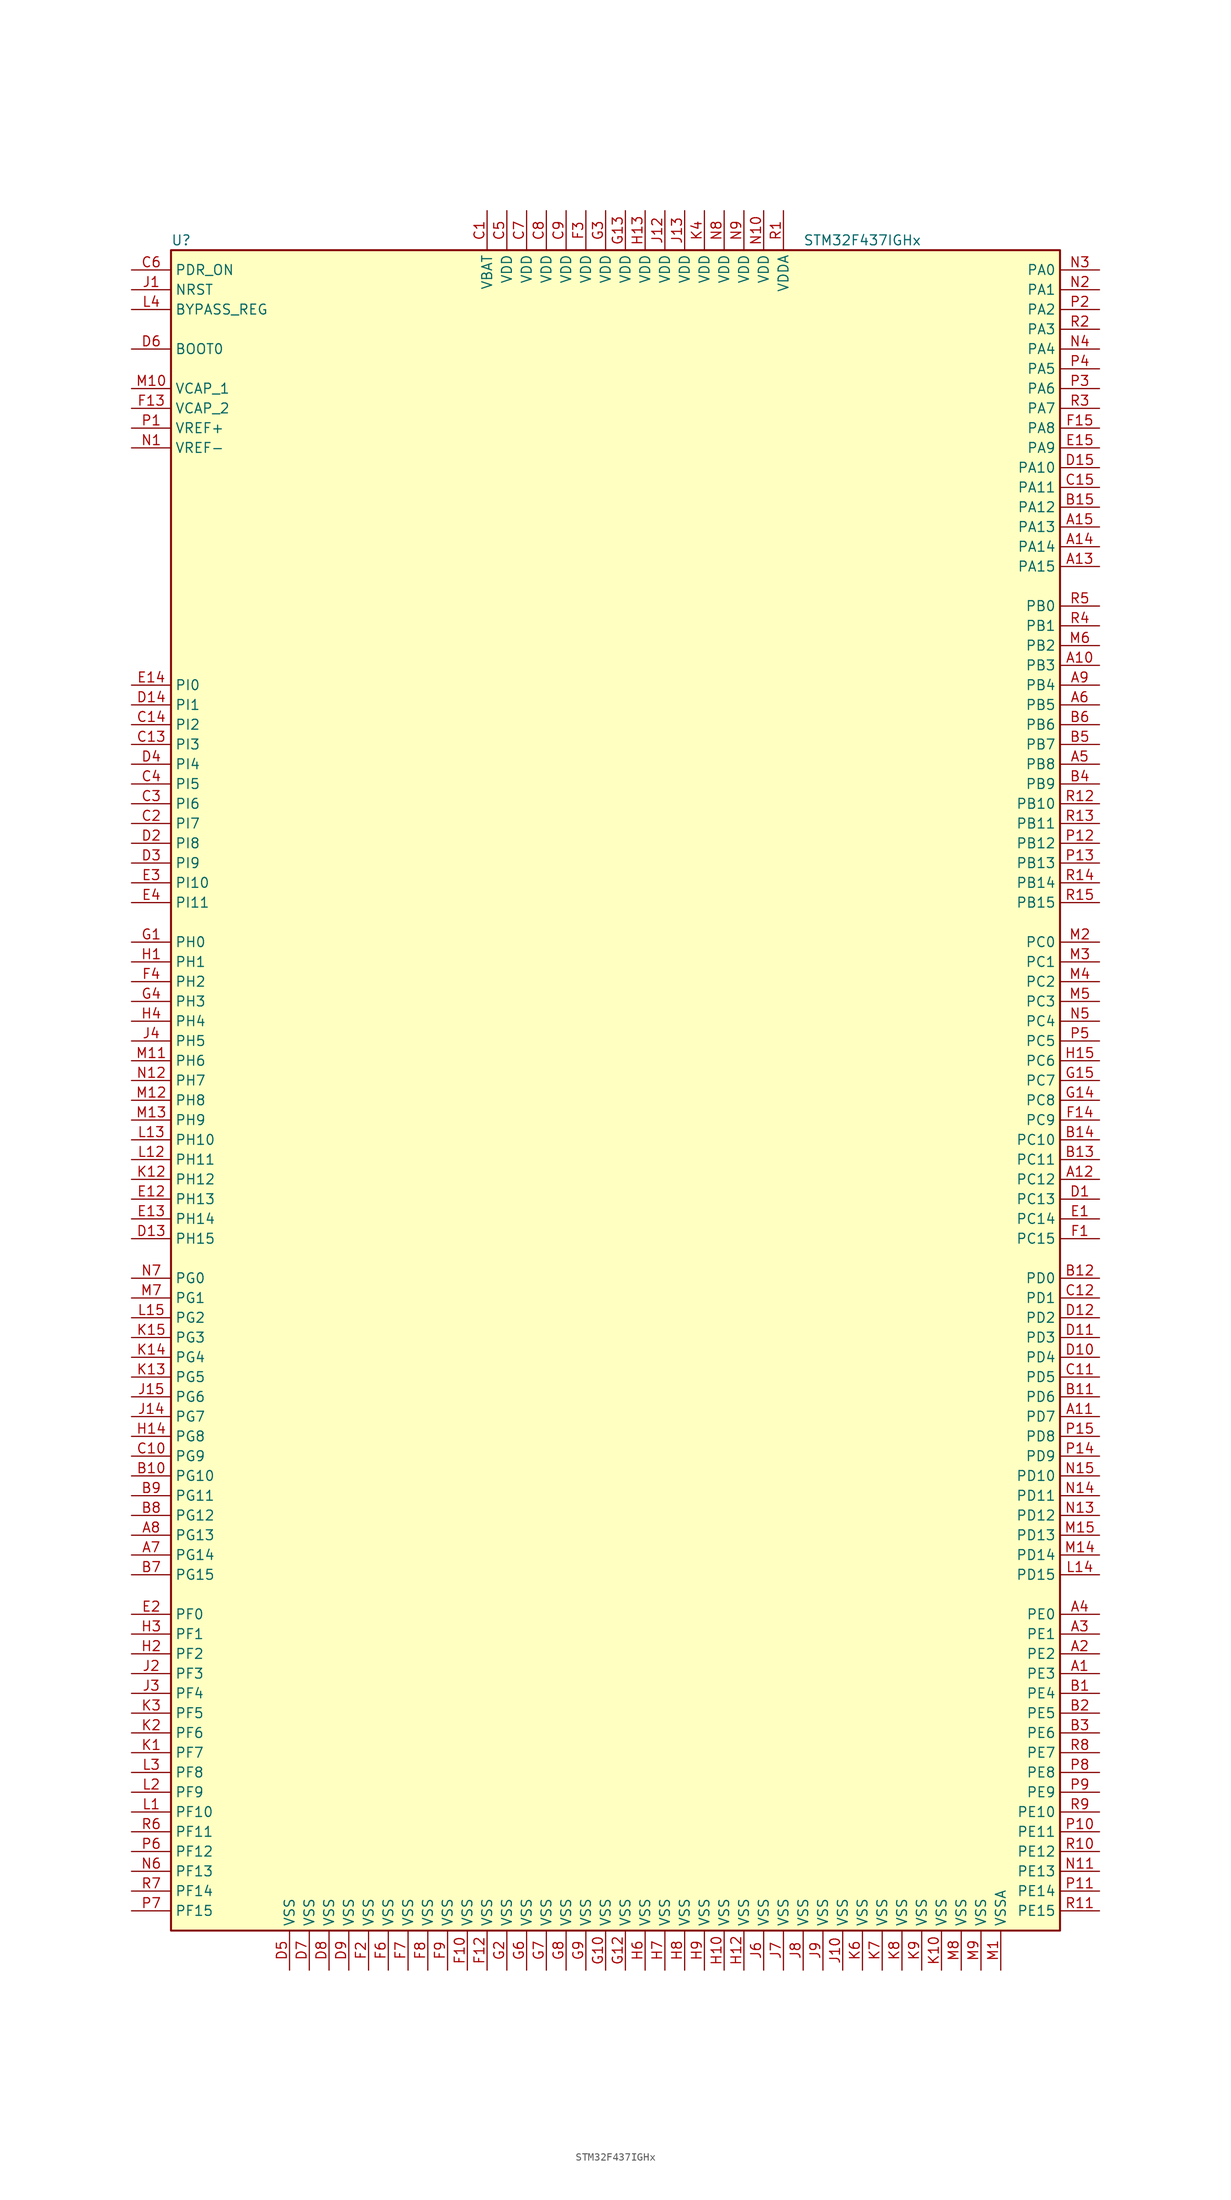
<source format=kicad_sym>
(kicad_symbol_lib
  (version 20201005)
  (generator kicad_symbol_editor)
  (symbol "STM32F437IGHx"
    (property "Reference" "U"
      (at -58.42 107.95 0)
      (effects (font (size 1.27 1.27)) (justify left)))
    (property "Value" "STM32F437IGHx"
      (at 22.86 107.95 0)
      (effects (font (size 1.27 1.27)) (justify left)))
    (symbol "STM32F437IGHx_0_1"
      (rectangle (start -58.42 -109.22) (end 55.88 106.68) (stroke (width 0.254)) (fill (type background))))
    (symbol "STM32F437IGHx_1_1"
      (pin bidirectional line (at 60.96 -76.2 180) (length 5.08) (name "PE3" (effects (font (size 1.27 1.27)))) (number "A1" (effects (font (size 1.27 1.27)))))
      (pin bidirectional line (at 60.96 53.34 180) (length 5.08) (name "PB3" (effects (font (size 1.27 1.27)))) (number "A10" (effects (font (size 1.27 1.27)))))
      (pin bidirectional line (at 60.96 -43.18 180) (length 5.08) (name "PD7" (effects (font (size 1.27 1.27)))) (number "A11" (effects (font (size 1.27 1.27)))))
      (pin bidirectional line (at 60.96 -12.7 180) (length 5.08) (name "PC12" (effects (font (size 1.27 1.27)))) (number "A12" (effects (font (size 1.27 1.27)))))
      (pin bidirectional line (at 60.96 66.04 180) (length 5.08) (name "PA15" (effects (font (size 1.27 1.27)))) (number "A13" (effects (font (size 1.27 1.27)))))
      (pin bidirectional line (at 60.96 68.58 180) (length 5.08) (name "PA14" (effects (font (size 1.27 1.27)))) (number "A14" (effects (font (size 1.27 1.27)))))
      (pin bidirectional line (at 60.96 71.12 180) (length 5.08) (name "PA13" (effects (font (size 1.27 1.27)))) (number "A15" (effects (font (size 1.27 1.27)))))
      (pin bidirectional line (at 60.96 -73.66 180) (length 5.08) (name "PE2" (effects (font (size 1.27 1.27)))) (number "A2" (effects (font (size 1.27 1.27)))))
      (pin bidirectional line (at 60.96 -71.12 180) (length 5.08) (name "PE1" (effects (font (size 1.27 1.27)))) (number "A3" (effects (font (size 1.27 1.27)))))
      (pin bidirectional line (at 60.96 -68.58 180) (length 5.08) (name "PE0" (effects (font (size 1.27 1.27)))) (number "A4" (effects (font (size 1.27 1.27)))))
      (pin bidirectional line (at 60.96 40.64 180) (length 5.08) (name "PB8" (effects (font (size 1.27 1.27)))) (number "A5" (effects (font (size 1.27 1.27)))))
      (pin bidirectional line (at 60.96 48.26 180) (length 5.08) (name "PB5" (effects (font (size 1.27 1.27)))) (number "A6" (effects (font (size 1.27 1.27)))))
      (pin bidirectional line (at -63.5 -60.96 0) (length 5.08) (name "PG14" (effects (font (size 1.27 1.27)))) (number "A7" (effects (font (size 1.27 1.27)))))
      (pin bidirectional line (at -63.5 -58.42 0) (length 5.08) (name "PG13" (effects (font (size 1.27 1.27)))) (number "A8" (effects (font (size 1.27 1.27)))))
      (pin bidirectional line (at 60.96 50.8 180) (length 5.08) (name "PB4" (effects (font (size 1.27 1.27)))) (number "A9" (effects (font (size 1.27 1.27)))))
      (pin bidirectional line (at 60.96 -78.74 180) (length 5.08) (name "PE4" (effects (font (size 1.27 1.27)))) (number "B1" (effects (font (size 1.27 1.27)))))
      (pin bidirectional line (at -63.5 -50.8 0) (length 5.08) (name "PG10" (effects (font (size 1.27 1.27)))) (number "B10" (effects (font (size 1.27 1.27)))))
      (pin bidirectional line (at 60.96 -40.64 180) (length 5.08) (name "PD6" (effects (font (size 1.27 1.27)))) (number "B11" (effects (font (size 1.27 1.27)))))
      (pin bidirectional line (at 60.96 -25.4 180) (length 5.08) (name "PD0" (effects (font (size 1.27 1.27)))) (number "B12" (effects (font (size 1.27 1.27)))))
      (pin bidirectional line (at 60.96 -10.16 180) (length 5.08) (name "PC11" (effects (font (size 1.27 1.27)))) (number "B13" (effects (font (size 1.27 1.27)))))
      (pin bidirectional line (at 60.96 -7.62 180) (length 5.08) (name "PC10" (effects (font (size 1.27 1.27)))) (number "B14" (effects (font (size 1.27 1.27)))))
      (pin bidirectional line (at 60.96 73.66 180) (length 5.08) (name "PA12" (effects (font (size 1.27 1.27)))) (number "B15" (effects (font (size 1.27 1.27)))))
      (pin bidirectional line (at 60.96 -81.28 180) (length 5.08) (name "PE5" (effects (font (size 1.27 1.27)))) (number "B2" (effects (font (size 1.27 1.27)))))
      (pin bidirectional line (at 60.96 -83.82 180) (length 5.08) (name "PE6" (effects (font (size 1.27 1.27)))) (number "B3" (effects (font (size 1.27 1.27)))))
      (pin bidirectional line (at 60.96 38.1 180) (length 5.08) (name "PB9" (effects (font (size 1.27 1.27)))) (number "B4" (effects (font (size 1.27 1.27)))))
      (pin bidirectional line (at 60.96 43.18 180) (length 5.08) (name "PB7" (effects (font (size 1.27 1.27)))) (number "B5" (effects (font (size 1.27 1.27)))))
      (pin bidirectional line (at 60.96 45.72 180) (length 5.08) (name "PB6" (effects (font (size 1.27 1.27)))) (number "B6" (effects (font (size 1.27 1.27)))))
      (pin bidirectional line (at -63.5 -63.5 0) (length 5.08) (name "PG15" (effects (font (size 1.27 1.27)))) (number "B7" (effects (font (size 1.27 1.27)))))
      (pin bidirectional line (at -63.5 -55.88 0) (length 5.08) (name "PG12" (effects (font (size 1.27 1.27)))) (number "B8" (effects (font (size 1.27 1.27)))))
      (pin bidirectional line (at -63.5 -53.34 0) (length 5.08) (name "PG11" (effects (font (size 1.27 1.27)))) (number "B9" (effects (font (size 1.27 1.27)))))
      (pin power_in line (at -17.78 111.76 270) (length 5.08) (name "VBAT" (effects (font (size 1.27 1.27)))) (number "C1" (effects (font (size 1.27 1.27)))))
      (pin bidirectional line (at -63.5 -48.26 0) (length 5.08) (name "PG9" (effects (font (size 1.27 1.27)))) (number "C10" (effects (font (size 1.27 1.27)))))
      (pin bidirectional line (at 60.96 -38.1 180) (length 5.08) (name "PD5" (effects (font (size 1.27 1.27)))) (number "C11" (effects (font (size 1.27 1.27)))))
      (pin bidirectional line (at 60.96 -27.94 180) (length 5.08) (name "PD1" (effects (font (size 1.27 1.27)))) (number "C12" (effects (font (size 1.27 1.27)))))
      (pin bidirectional line (at -63.5 43.18 0) (length 5.08) (name "PI3" (effects (font (size 1.27 1.27)))) (number "C13" (effects (font (size 1.27 1.27)))))
      (pin bidirectional line (at -63.5 45.72 0) (length 5.08) (name "PI2" (effects (font (size 1.27 1.27)))) (number "C14" (effects (font (size 1.27 1.27)))))
      (pin bidirectional line (at 60.96 76.2 180) (length 5.08) (name "PA11" (effects (font (size 1.27 1.27)))) (number "C15" (effects (font (size 1.27 1.27)))))
      (pin bidirectional line (at -63.5 33.02 0) (length 5.08) (name "PI7" (effects (font (size 1.27 1.27)))) (number "C2" (effects (font (size 1.27 1.27)))))
      (pin bidirectional line (at -63.5 35.56 0) (length 5.08) (name "PI6" (effects (font (size 1.27 1.27)))) (number "C3" (effects (font (size 1.27 1.27)))))
      (pin bidirectional line (at -63.5 38.1 0) (length 5.08) (name "PI5" (effects (font (size 1.27 1.27)))) (number "C4" (effects (font (size 1.27 1.27)))))
      (pin power_in line (at -15.24 111.76 270) (length 5.08) (name "VDD" (effects (font (size 1.27 1.27)))) (number "C5" (effects (font (size 1.27 1.27)))))
      (pin input line (at -63.5 104.14 0) (length 5.08) (name "PDR_ON" (effects (font (size 1.27 1.27)))) (number "C6" (effects (font (size 1.27 1.27)))))
      (pin power_in line (at -12.7 111.76 270) (length 5.08) (name "VDD" (effects (font (size 1.27 1.27)))) (number "C7" (effects (font (size 1.27 1.27)))))
      (pin power_in line (at -10.16 111.76 270) (length 5.08) (name "VDD" (effects (font (size 1.27 1.27)))) (number "C8" (effects (font (size 1.27 1.27)))))
      (pin power_in line (at -7.62 111.76 270) (length 5.08) (name "VDD" (effects (font (size 1.27 1.27)))) (number "C9" (effects (font (size 1.27 1.27)))))
      (pin bidirectional line (at 60.96 -15.24 180) (length 5.08) (name "PC13" (effects (font (size 1.27 1.27)))) (number "D1" (effects (font (size 1.27 1.27)))))
      (pin bidirectional line (at 60.96 -35.56 180) (length 5.08) (name "PD4" (effects (font (size 1.27 1.27)))) (number "D10" (effects (font (size 1.27 1.27)))))
      (pin bidirectional line (at 60.96 -33.02 180) (length 5.08) (name "PD3" (effects (font (size 1.27 1.27)))) (number "D11" (effects (font (size 1.27 1.27)))))
      (pin bidirectional line (at 60.96 -30.48 180) (length 5.08) (name "PD2" (effects (font (size 1.27 1.27)))) (number "D12" (effects (font (size 1.27 1.27)))))
      (pin bidirectional line (at -63.5 -20.32 0) (length 5.08) (name "PH15" (effects (font (size 1.27 1.27)))) (number "D13" (effects (font (size 1.27 1.27)))))
      (pin bidirectional line (at -63.5 48.26 0) (length 5.08) (name "PI1" (effects (font (size 1.27 1.27)))) (number "D14" (effects (font (size 1.27 1.27)))))
      (pin bidirectional line (at 60.96 78.74 180) (length 5.08) (name "PA10" (effects (font (size 1.27 1.27)))) (number "D15" (effects (font (size 1.27 1.27)))))
      (pin bidirectional line (at -63.5 30.48 0) (length 5.08) (name "PI8" (effects (font (size 1.27 1.27)))) (number "D2" (effects (font (size 1.27 1.27)))))
      (pin bidirectional line (at -63.5 27.94 0) (length 5.08) (name "PI9" (effects (font (size 1.27 1.27)))) (number "D3" (effects (font (size 1.27 1.27)))))
      (pin bidirectional line (at -63.5 40.64 0) (length 5.08) (name "PI4" (effects (font (size 1.27 1.27)))) (number "D4" (effects (font (size 1.27 1.27)))))
      (pin power_in line (at -43.18 -114.3 90) (length 5.08) (name "VSS" (effects (font (size 1.27 1.27)))) (number "D5" (effects (font (size 1.27 1.27)))))
      (pin input line (at -63.5 93.98 0) (length 5.08) (name "BOOT0" (effects (font (size 1.27 1.27)))) (number "D6" (effects (font (size 1.27 1.27)))))
      (pin power_in line (at -40.64 -114.3 90) (length 5.08) (name "VSS" (effects (font (size 1.27 1.27)))) (number "D7" (effects (font (size 1.27 1.27)))))
      (pin power_in line (at -38.1 -114.3 90) (length 5.08) (name "VSS" (effects (font (size 1.27 1.27)))) (number "D8" (effects (font (size 1.27 1.27)))))
      (pin power_in line (at -35.56 -114.3 90) (length 5.08) (name "VSS" (effects (font (size 1.27 1.27)))) (number "D9" (effects (font (size 1.27 1.27)))))
      (pin bidirectional line (at 60.96 -17.78 180) (length 5.08) (name "PC14" (effects (font (size 1.27 1.27)))) (number "E1" (effects (font (size 1.27 1.27)))))
      (pin bidirectional line (at -63.5 -15.24 0) (length 5.08) (name "PH13" (effects (font (size 1.27 1.27)))) (number "E12" (effects (font (size 1.27 1.27)))))
      (pin bidirectional line (at -63.5 -17.78 0) (length 5.08) (name "PH14" (effects (font (size 1.27 1.27)))) (number "E13" (effects (font (size 1.27 1.27)))))
      (pin bidirectional line (at -63.5 50.8 0) (length 5.08) (name "PI0" (effects (font (size 1.27 1.27)))) (number "E14" (effects (font (size 1.27 1.27)))))
      (pin bidirectional line (at 60.96 81.28 180) (length 5.08) (name "PA9" (effects (font (size 1.27 1.27)))) (number "E15" (effects (font (size 1.27 1.27)))))
      (pin bidirectional line (at -63.5 -68.58 0) (length 5.08) (name "PF0" (effects (font (size 1.27 1.27)))) (number "E2" (effects (font (size 1.27 1.27)))))
      (pin bidirectional line (at -63.5 25.4 0) (length 5.08) (name "PI10" (effects (font (size 1.27 1.27)))) (number "E3" (effects (font (size 1.27 1.27)))))
      (pin bidirectional line (at -63.5 22.86 0) (length 5.08) (name "PI11" (effects (font (size 1.27 1.27)))) (number "E4" (effects (font (size 1.27 1.27)))))
      (pin bidirectional line (at 60.96 -20.32 180) (length 5.08) (name "PC15" (effects (font (size 1.27 1.27)))) (number "F1" (effects (font (size 1.27 1.27)))))
      (pin power_in line (at -20.32 -114.3 90) (length 5.08) (name "VSS" (effects (font (size 1.27 1.27)))) (number "F10" (effects (font (size 1.27 1.27)))))
      (pin power_in line (at -17.78 -114.3 90) (length 5.08) (name "VSS" (effects (font (size 1.27 1.27)))) (number "F12" (effects (font (size 1.27 1.27)))))
      (pin power_in line (at -63.5 86.36 0) (length 5.08) (name "VCAP_2" (effects (font (size 1.27 1.27)))) (number "F13" (effects (font (size 1.27 1.27)))))
      (pin bidirectional line (at 60.96 -5.08 180) (length 5.08) (name "PC9" (effects (font (size 1.27 1.27)))) (number "F14" (effects (font (size 1.27 1.27)))))
      (pin bidirectional line (at 60.96 83.82 180) (length 5.08) (name "PA8" (effects (font (size 1.27 1.27)))) (number "F15" (effects (font (size 1.27 1.27)))))
      (pin power_in line (at -33.02 -114.3 90) (length 5.08) (name "VSS" (effects (font (size 1.27 1.27)))) (number "F2" (effects (font (size 1.27 1.27)))))
      (pin power_in line (at -5.08 111.76 270) (length 5.08) (name "VDD" (effects (font (size 1.27 1.27)))) (number "F3" (effects (font (size 1.27 1.27)))))
      (pin bidirectional line (at -63.5 12.7 0) (length 5.08) (name "PH2" (effects (font (size 1.27 1.27)))) (number "F4" (effects (font (size 1.27 1.27)))))
      (pin power_in line (at -30.48 -114.3 90) (length 5.08) (name "VSS" (effects (font (size 1.27 1.27)))) (number "F6" (effects (font (size 1.27 1.27)))))
      (pin power_in line (at -27.94 -114.3 90) (length 5.08) (name "VSS" (effects (font (size 1.27 1.27)))) (number "F7" (effects (font (size 1.27 1.27)))))
      (pin power_in line (at -25.4 -114.3 90) (length 5.08) (name "VSS" (effects (font (size 1.27 1.27)))) (number "F8" (effects (font (size 1.27 1.27)))))
      (pin power_in line (at -22.86 -114.3 90) (length 5.08) (name "VSS" (effects (font (size 1.27 1.27)))) (number "F9" (effects (font (size 1.27 1.27)))))
      (pin input line (at -63.5 17.78 0) (length 5.08) (name "PH0" (effects (font (size 1.27 1.27)))) (number "G1" (effects (font (size 1.27 1.27)))))
      (pin power_in line (at -2.54 -114.3 90) (length 5.08) (name "VSS" (effects (font (size 1.27 1.27)))) (number "G10" (effects (font (size 1.27 1.27)))))
      (pin power_in line (at 0 -114.3 90) (length 5.08) (name "VSS" (effects (font (size 1.27 1.27)))) (number "G12" (effects (font (size 1.27 1.27)))))
      (pin power_in line (at 0 111.76 270) (length 5.08) (name "VDD" (effects (font (size 1.27 1.27)))) (number "G13" (effects (font (size 1.27 1.27)))))
      (pin bidirectional line (at 60.96 -2.54 180) (length 5.08) (name "PC8" (effects (font (size 1.27 1.27)))) (number "G14" (effects (font (size 1.27 1.27)))))
      (pin bidirectional line (at 60.96 0 180) (length 5.08) (name "PC7" (effects (font (size 1.27 1.27)))) (number "G15" (effects (font (size 1.27 1.27)))))
      (pin power_in line (at -15.24 -114.3 90) (length 5.08) (name "VSS" (effects (font (size 1.27 1.27)))) (number "G2" (effects (font (size 1.27 1.27)))))
      (pin power_in line (at -2.54 111.76 270) (length 5.08) (name "VDD" (effects (font (size 1.27 1.27)))) (number "G3" (effects (font (size 1.27 1.27)))))
      (pin bidirectional line (at -63.5 10.16 0) (length 5.08) (name "PH3" (effects (font (size 1.27 1.27)))) (number "G4" (effects (font (size 1.27 1.27)))))
      (pin power_in line (at -12.7 -114.3 90) (length 5.08) (name "VSS" (effects (font (size 1.27 1.27)))) (number "G6" (effects (font (size 1.27 1.27)))))
      (pin power_in line (at -10.16 -114.3 90) (length 5.08) (name "VSS" (effects (font (size 1.27 1.27)))) (number "G7" (effects (font (size 1.27 1.27)))))
      (pin power_in line (at -7.62 -114.3 90) (length 5.08) (name "VSS" (effects (font (size 1.27 1.27)))) (number "G8" (effects (font (size 1.27 1.27)))))
      (pin power_in line (at -5.08 -114.3 90) (length 5.08) (name "VSS" (effects (font (size 1.27 1.27)))) (number "G9" (effects (font (size 1.27 1.27)))))
      (pin input line (at -63.5 15.24 0) (length 5.08) (name "PH1" (effects (font (size 1.27 1.27)))) (number "H1" (effects (font (size 1.27 1.27)))))
      (pin power_in line (at 12.7 -114.3 90) (length 5.08) (name "VSS" (effects (font (size 1.27 1.27)))) (number "H10" (effects (font (size 1.27 1.27)))))
      (pin power_in line (at 15.24 -114.3 90) (length 5.08) (name "VSS" (effects (font (size 1.27 1.27)))) (number "H12" (effects (font (size 1.27 1.27)))))
      (pin power_in line (at 2.54 111.76 270) (length 5.08) (name "VDD" (effects (font (size 1.27 1.27)))) (number "H13" (effects (font (size 1.27 1.27)))))
      (pin bidirectional line (at -63.5 -45.72 0) (length 5.08) (name "PG8" (effects (font (size 1.27 1.27)))) (number "H14" (effects (font (size 1.27 1.27)))))
      (pin bidirectional line (at 60.96 2.54 180) (length 5.08) (name "PC6" (effects (font (size 1.27 1.27)))) (number "H15" (effects (font (size 1.27 1.27)))))
      (pin bidirectional line (at -63.5 -73.66 0) (length 5.08) (name "PF2" (effects (font (size 1.27 1.27)))) (number "H2" (effects (font (size 1.27 1.27)))))
      (pin bidirectional line (at -63.5 -71.12 0) (length 5.08) (name "PF1" (effects (font (size 1.27 1.27)))) (number "H3" (effects (font (size 1.27 1.27)))))
      (pin bidirectional line (at -63.5 7.62 0) (length 5.08) (name "PH4" (effects (font (size 1.27 1.27)))) (number "H4" (effects (font (size 1.27 1.27)))))
      (pin power_in line (at 2.54 -114.3 90) (length 5.08) (name "VSS" (effects (font (size 1.27 1.27)))) (number "H6" (effects (font (size 1.27 1.27)))))
      (pin power_in line (at 5.08 -114.3 90) (length 5.08) (name "VSS" (effects (font (size 1.27 1.27)))) (number "H7" (effects (font (size 1.27 1.27)))))
      (pin power_in line (at 7.62 -114.3 90) (length 5.08) (name "VSS" (effects (font (size 1.27 1.27)))) (number "H8" (effects (font (size 1.27 1.27)))))
      (pin power_in line (at 10.16 -114.3 90) (length 5.08) (name "VSS" (effects (font (size 1.27 1.27)))) (number "H9" (effects (font (size 1.27 1.27)))))
      (pin input line (at -63.5 101.6 0) (length 5.08) (name "NRST" (effects (font (size 1.27 1.27)))) (number "J1" (effects (font (size 1.27 1.27)))))
      (pin power_in line (at 27.94 -114.3 90) (length 5.08) (name "VSS" (effects (font (size 1.27 1.27)))) (number "J10" (effects (font (size 1.27 1.27)))))
      (pin power_in line (at 5.08 111.76 270) (length 5.08) (name "VDD" (effects (font (size 1.27 1.27)))) (number "J12" (effects (font (size 1.27 1.27)))))
      (pin power_in line (at 7.62 111.76 270) (length 5.08) (name "VDD" (effects (font (size 1.27 1.27)))) (number "J13" (effects (font (size 1.27 1.27)))))
      (pin bidirectional line (at -63.5 -43.18 0) (length 5.08) (name "PG7" (effects (font (size 1.27 1.27)))) (number "J14" (effects (font (size 1.27 1.27)))))
      (pin bidirectional line (at -63.5 -40.64 0) (length 5.08) (name "PG6" (effects (font (size 1.27 1.27)))) (number "J15" (effects (font (size 1.27 1.27)))))
      (pin bidirectional line (at -63.5 -76.2 0) (length 5.08) (name "PF3" (effects (font (size 1.27 1.27)))) (number "J2" (effects (font (size 1.27 1.27)))))
      (pin bidirectional line (at -63.5 -78.74 0) (length 5.08) (name "PF4" (effects (font (size 1.27 1.27)))) (number "J3" (effects (font (size 1.27 1.27)))))
      (pin bidirectional line (at -63.5 5.08 0) (length 5.08) (name "PH5" (effects (font (size 1.27 1.27)))) (number "J4" (effects (font (size 1.27 1.27)))))
      (pin power_in line (at 17.78 -114.3 90) (length 5.08) (name "VSS" (effects (font (size 1.27 1.27)))) (number "J6" (effects (font (size 1.27 1.27)))))
      (pin power_in line (at 20.32 -114.3 90) (length 5.08) (name "VSS" (effects (font (size 1.27 1.27)))) (number "J7" (effects (font (size 1.27 1.27)))))
      (pin power_in line (at 22.86 -114.3 90) (length 5.08) (name "VSS" (effects (font (size 1.27 1.27)))) (number "J8" (effects (font (size 1.27 1.27)))))
      (pin power_in line (at 25.4 -114.3 90) (length 5.08) (name "VSS" (effects (font (size 1.27 1.27)))) (number "J9" (effects (font (size 1.27 1.27)))))
      (pin bidirectional line (at -63.5 -86.36 0) (length 5.08) (name "PF7" (effects (font (size 1.27 1.27)))) (number "K1" (effects (font (size 1.27 1.27)))))
      (pin power_in line (at 40.64 -114.3 90) (length 5.08) (name "VSS" (effects (font (size 1.27 1.27)))) (number "K10" (effects (font (size 1.27 1.27)))))
      (pin bidirectional line (at -63.5 -12.7 0) (length 5.08) (name "PH12" (effects (font (size 1.27 1.27)))) (number "K12" (effects (font (size 1.27 1.27)))))
      (pin bidirectional line (at -63.5 -38.1 0) (length 5.08) (name "PG5" (effects (font (size 1.27 1.27)))) (number "K13" (effects (font (size 1.27 1.27)))))
      (pin bidirectional line (at -63.5 -35.56 0) (length 5.08) (name "PG4" (effects (font (size 1.27 1.27)))) (number "K14" (effects (font (size 1.27 1.27)))))
      (pin bidirectional line (at -63.5 -33.02 0) (length 5.08) (name "PG3" (effects (font (size 1.27 1.27)))) (number "K15" (effects (font (size 1.27 1.27)))))
      (pin bidirectional line (at -63.5 -83.82 0) (length 5.08) (name "PF6" (effects (font (size 1.27 1.27)))) (number "K2" (effects (font (size 1.27 1.27)))))
      (pin bidirectional line (at -63.5 -81.28 0) (length 5.08) (name "PF5" (effects (font (size 1.27 1.27)))) (number "K3" (effects (font (size 1.27 1.27)))))
      (pin power_in line (at 10.16 111.76 270) (length 5.08) (name "VDD" (effects (font (size 1.27 1.27)))) (number "K4" (effects (font (size 1.27 1.27)))))
      (pin power_in line (at 30.48 -114.3 90) (length 5.08) (name "VSS" (effects (font (size 1.27 1.27)))) (number "K6" (effects (font (size 1.27 1.27)))))
      (pin power_in line (at 33.02 -114.3 90) (length 5.08) (name "VSS" (effects (font (size 1.27 1.27)))) (number "K7" (effects (font (size 1.27 1.27)))))
      (pin power_in line (at 35.56 -114.3 90) (length 5.08) (name "VSS" (effects (font (size 1.27 1.27)))) (number "K8" (effects (font (size 1.27 1.27)))))
      (pin power_in line (at 38.1 -114.3 90) (length 5.08) (name "VSS" (effects (font (size 1.27 1.27)))) (number "K9" (effects (font (size 1.27 1.27)))))
      (pin bidirectional line (at -63.5 -93.98 0) (length 5.08) (name "PF10" (effects (font (size 1.27 1.27)))) (number "L1" (effects (font (size 1.27 1.27)))))
      (pin bidirectional line (at -63.5 -10.16 0) (length 5.08) (name "PH11" (effects (font (size 1.27 1.27)))) (number "L12" (effects (font (size 1.27 1.27)))))
      (pin bidirectional line (at -63.5 -7.62 0) (length 5.08) (name "PH10" (effects (font (size 1.27 1.27)))) (number "L13" (effects (font (size 1.27 1.27)))))
      (pin bidirectional line (at 60.96 -63.5 180) (length 5.08) (name "PD15" (effects (font (size 1.27 1.27)))) (number "L14" (effects (font (size 1.27 1.27)))))
      (pin bidirectional line (at -63.5 -30.48 0) (length 5.08) (name "PG2" (effects (font (size 1.27 1.27)))) (number "L15" (effects (font (size 1.27 1.27)))))
      (pin bidirectional line (at -63.5 -91.44 0) (length 5.08) (name "PF9" (effects (font (size 1.27 1.27)))) (number "L2" (effects (font (size 1.27 1.27)))))
      (pin bidirectional line (at -63.5 -88.9 0) (length 5.08) (name "PF8" (effects (font (size 1.27 1.27)))) (number "L3" (effects (font (size 1.27 1.27)))))
      (pin input line (at -63.5 99.06 0) (length 5.08) (name "BYPASS_REG" (effects (font (size 1.27 1.27)))) (number "L4" (effects (font (size 1.27 1.27)))))
      (pin power_in line (at 48.26 -114.3 90) (length 5.08) (name "VSSA" (effects (font (size 1.27 1.27)))) (number "M1" (effects (font (size 1.27 1.27)))))
      (pin power_in line (at -63.5 88.9 0) (length 5.08) (name "VCAP_1" (effects (font (size 1.27 1.27)))) (number "M10" (effects (font (size 1.27 1.27)))))
      (pin bidirectional line (at -63.5 2.54 0) (length 5.08) (name "PH6" (effects (font (size 1.27 1.27)))) (number "M11" (effects (font (size 1.27 1.27)))))
      (pin bidirectional line (at -63.5 -2.54 0) (length 5.08) (name "PH8" (effects (font (size 1.27 1.27)))) (number "M12" (effects (font (size 1.27 1.27)))))
      (pin bidirectional line (at -63.5 -5.08 0) (length 5.08) (name "PH9" (effects (font (size 1.27 1.27)))) (number "M13" (effects (font (size 1.27 1.27)))))
      (pin bidirectional line (at 60.96 -60.96 180) (length 5.08) (name "PD14" (effects (font (size 1.27 1.27)))) (number "M14" (effects (font (size 1.27 1.27)))))
      (pin bidirectional line (at 60.96 -58.42 180) (length 5.08) (name "PD13" (effects (font (size 1.27 1.27)))) (number "M15" (effects (font (size 1.27 1.27)))))
      (pin bidirectional line (at 60.96 17.78 180) (length 5.08) (name "PC0" (effects (font (size 1.27 1.27)))) (number "M2" (effects (font (size 1.27 1.27)))))
      (pin bidirectional line (at 60.96 15.24 180) (length 5.08) (name "PC1" (effects (font (size 1.27 1.27)))) (number "M3" (effects (font (size 1.27 1.27)))))
      (pin bidirectional line (at 60.96 12.7 180) (length 5.08) (name "PC2" (effects (font (size 1.27 1.27)))) (number "M4" (effects (font (size 1.27 1.27)))))
      (pin bidirectional line (at 60.96 10.16 180) (length 5.08) (name "PC3" (effects (font (size 1.27 1.27)))) (number "M5" (effects (font (size 1.27 1.27)))))
      (pin bidirectional line (at 60.96 55.88 180) (length 5.08) (name "PB2" (effects (font (size 1.27 1.27)))) (number "M6" (effects (font (size 1.27 1.27)))))
      (pin bidirectional line (at -63.5 -27.94 0) (length 5.08) (name "PG1" (effects (font (size 1.27 1.27)))) (number "M7" (effects (font (size 1.27 1.27)))))
      (pin power_in line (at 43.18 -114.3 90) (length 5.08) (name "VSS" (effects (font (size 1.27 1.27)))) (number "M8" (effects (font (size 1.27 1.27)))))
      (pin power_in line (at 45.72 -114.3 90) (length 5.08) (name "VSS" (effects (font (size 1.27 1.27)))) (number "M9" (effects (font (size 1.27 1.27)))))
      (pin power_in line (at -63.5 81.28 0) (length 5.08) (name "VREF-" (effects (font (size 1.27 1.27)))) (number "N1" (effects (font (size 1.27 1.27)))))
      (pin power_in line (at 17.78 111.76 270) (length 5.08) (name "VDD" (effects (font (size 1.27 1.27)))) (number "N10" (effects (font (size 1.27 1.27)))))
      (pin bidirectional line (at 60.96 -101.6 180) (length 5.08) (name "PE13" (effects (font (size 1.27 1.27)))) (number "N11" (effects (font (size 1.27 1.27)))))
      (pin bidirectional line (at -63.5 0 0) (length 5.08) (name "PH7" (effects (font (size 1.27 1.27)))) (number "N12" (effects (font (size 1.27 1.27)))))
      (pin bidirectional line (at 60.96 -55.88 180) (length 5.08) (name "PD12" (effects (font (size 1.27 1.27)))) (number "N13" (effects (font (size 1.27 1.27)))))
      (pin bidirectional line (at 60.96 -53.34 180) (length 5.08) (name "PD11" (effects (font (size 1.27 1.27)))) (number "N14" (effects (font (size 1.27 1.27)))))
      (pin bidirectional line (at 60.96 -50.8 180) (length 5.08) (name "PD10" (effects (font (size 1.27 1.27)))) (number "N15" (effects (font (size 1.27 1.27)))))
      (pin bidirectional line (at 60.96 101.6 180) (length 5.08) (name "PA1" (effects (font (size 1.27 1.27)))) (number "N2" (effects (font (size 1.27 1.27)))))
      (pin bidirectional line (at 60.96 104.14 180) (length 5.08) (name "PA0" (effects (font (size 1.27 1.27)))) (number "N3" (effects (font (size 1.27 1.27)))))
      (pin bidirectional line (at 60.96 93.98 180) (length 5.08) (name "PA4" (effects (font (size 1.27 1.27)))) (number "N4" (effects (font (size 1.27 1.27)))))
      (pin bidirectional line (at 60.96 7.62 180) (length 5.08) (name "PC4" (effects (font (size 1.27 1.27)))) (number "N5" (effects (font (size 1.27 1.27)))))
      (pin bidirectional line (at -63.5 -101.6 0) (length 5.08) (name "PF13" (effects (font (size 1.27 1.27)))) (number "N6" (effects (font (size 1.27 1.27)))))
      (pin bidirectional line (at -63.5 -25.4 0) (length 5.08) (name "PG0" (effects (font (size 1.27 1.27)))) (number "N7" (effects (font (size 1.27 1.27)))))
      (pin power_in line (at 12.7 111.76 270) (length 5.08) (name "VDD" (effects (font (size 1.27 1.27)))) (number "N8" (effects (font (size 1.27 1.27)))))
      (pin power_in line (at 15.24 111.76 270) (length 5.08) (name "VDD" (effects (font (size 1.27 1.27)))) (number "N9" (effects (font (size 1.27 1.27)))))
      (pin power_in line (at -63.5 83.82 0) (length 5.08) (name "VREF+" (effects (font (size 1.27 1.27)))) (number "P1" (effects (font (size 1.27 1.27)))))
      (pin bidirectional line (at 60.96 -96.52 180) (length 5.08) (name "PE11" (effects (font (size 1.27 1.27)))) (number "P10" (effects (font (size 1.27 1.27)))))
      (pin bidirectional line (at 60.96 -104.14 180) (length 5.08) (name "PE14" (effects (font (size 1.27 1.27)))) (number "P11" (effects (font (size 1.27 1.27)))))
      (pin bidirectional line (at 60.96 30.48 180) (length 5.08) (name "PB12" (effects (font (size 1.27 1.27)))) (number "P12" (effects (font (size 1.27 1.27)))))
      (pin bidirectional line (at 60.96 27.94 180) (length 5.08) (name "PB13" (effects (font (size 1.27 1.27)))) (number "P13" (effects (font (size 1.27 1.27)))))
      (pin bidirectional line (at 60.96 -48.26 180) (length 5.08) (name "PD9" (effects (font (size 1.27 1.27)))) (number "P14" (effects (font (size 1.27 1.27)))))
      (pin bidirectional line (at 60.96 -45.72 180) (length 5.08) (name "PD8" (effects (font (size 1.27 1.27)))) (number "P15" (effects (font (size 1.27 1.27)))))
      (pin bidirectional line (at 60.96 99.06 180) (length 5.08) (name "PA2" (effects (font (size 1.27 1.27)))) (number "P2" (effects (font (size 1.27 1.27)))))
      (pin bidirectional line (at 60.96 88.9 180) (length 5.08) (name "PA6" (effects (font (size 1.27 1.27)))) (number "P3" (effects (font (size 1.27 1.27)))))
      (pin bidirectional line (at 60.96 91.44 180) (length 5.08) (name "PA5" (effects (font (size 1.27 1.27)))) (number "P4" (effects (font (size 1.27 1.27)))))
      (pin bidirectional line (at 60.96 5.08 180) (length 5.08) (name "PC5" (effects (font (size 1.27 1.27)))) (number "P5" (effects (font (size 1.27 1.27)))))
      (pin bidirectional line (at -63.5 -99.06 0) (length 5.08) (name "PF12" (effects (font (size 1.27 1.27)))) (number "P6" (effects (font (size 1.27 1.27)))))
      (pin bidirectional line (at -63.5 -106.68 0) (length 5.08) (name "PF15" (effects (font (size 1.27 1.27)))) (number "P7" (effects (font (size 1.27 1.27)))))
      (pin bidirectional line (at 60.96 -88.9 180) (length 5.08) (name "PE8" (effects (font (size 1.27 1.27)))) (number "P8" (effects (font (size 1.27 1.27)))))
      (pin bidirectional line (at 60.96 -91.44 180) (length 5.08) (name "PE9" (effects (font (size 1.27 1.27)))) (number "P9" (effects (font (size 1.27 1.27)))))
      (pin power_in line (at 20.32 111.76 270) (length 5.08) (name "VDDA" (effects (font (size 1.27 1.27)))) (number "R1" (effects (font (size 1.27 1.27)))))
      (pin bidirectional line (at 60.96 -99.06 180) (length 5.08) (name "PE12" (effects (font (size 1.27 1.27)))) (number "R10" (effects (font (size 1.27 1.27)))))
      (pin bidirectional line (at 60.96 -106.68 180) (length 5.08) (name "PE15" (effects (font (size 1.27 1.27)))) (number "R11" (effects (font (size 1.27 1.27)))))
      (pin bidirectional line (at 60.96 35.56 180) (length 5.08) (name "PB10" (effects (font (size 1.27 1.27)))) (number "R12" (effects (font (size 1.27 1.27)))))
      (pin bidirectional line (at 60.96 33.02 180) (length 5.08) (name "PB11" (effects (font (size 1.27 1.27)))) (number "R13" (effects (font (size 1.27 1.27)))))
      (pin bidirectional line (at 60.96 25.4 180) (length 5.08) (name "PB14" (effects (font (size 1.27 1.27)))) (number "R14" (effects (font (size 1.27 1.27)))))
      (pin bidirectional line (at 60.96 22.86 180) (length 5.08) (name "PB15" (effects (font (size 1.27 1.27)))) (number "R15" (effects (font (size 1.27 1.27)))))
      (pin bidirectional line (at 60.96 96.52 180) (length 5.08) (name "PA3" (effects (font (size 1.27 1.27)))) (number "R2" (effects (font (size 1.27 1.27)))))
      (pin bidirectional line (at 60.96 86.36 180) (length 5.08) (name "PA7" (effects (font (size 1.27 1.27)))) (number "R3" (effects (font (size 1.27 1.27)))))
      (pin bidirectional line (at 60.96 58.42 180) (length 5.08) (name "PB1" (effects (font (size 1.27 1.27)))) (number "R4" (effects (font (size 1.27 1.27)))))
      (pin bidirectional line (at 60.96 60.96 180) (length 5.08) (name "PB0" (effects (font (size 1.27 1.27)))) (number "R5" (effects (font (size 1.27 1.27)))))
      (pin bidirectional line (at -63.5 -96.52 0) (length 5.08) (name "PF11" (effects (font (size 1.27 1.27)))) (number "R6" (effects (font (size 1.27 1.27)))))
      (pin bidirectional line (at -63.5 -104.14 0) (length 5.08) (name "PF14" (effects (font (size 1.27 1.27)))) (number "R7" (effects (font (size 1.27 1.27)))))
      (pin bidirectional line (at 60.96 -86.36 180) (length 5.08) (name "PE7" (effects (font (size 1.27 1.27)))) (number "R8" (effects (font (size 1.27 1.27)))))
      (pin bidirectional line (at 60.96 -93.98 180) (length 5.08) (name "PE10" (effects (font (size 1.27 1.27)))) (number "R9" (effects (font (size 1.27 1.27))))))))
</source>
